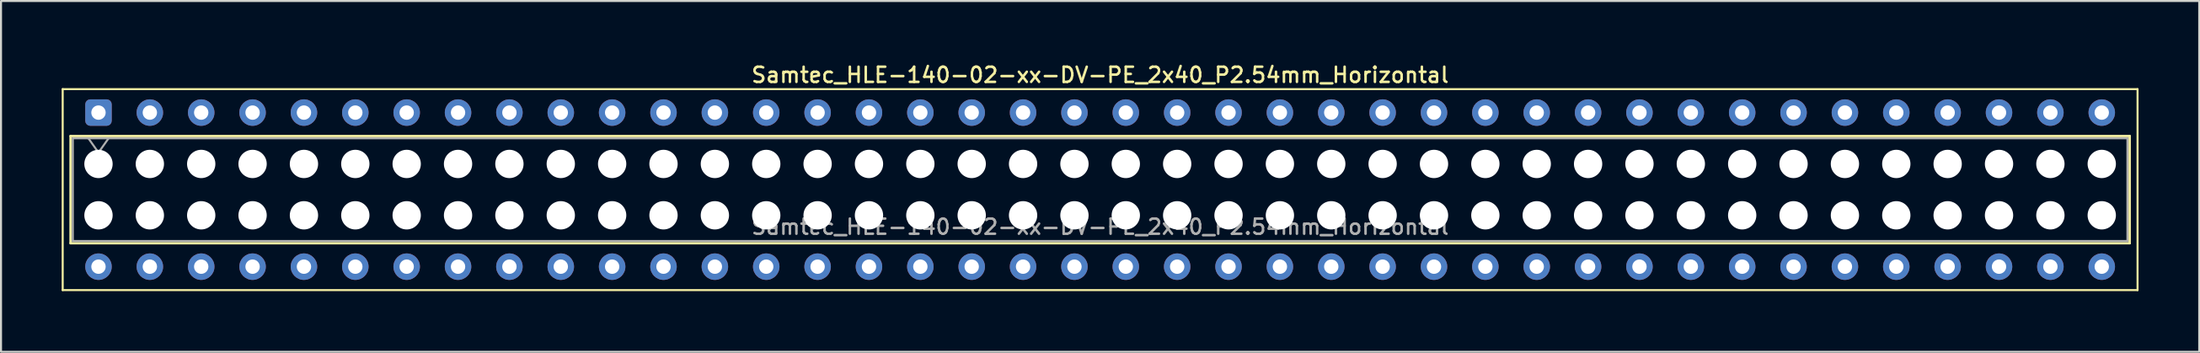
<source format=kicad_pcb>
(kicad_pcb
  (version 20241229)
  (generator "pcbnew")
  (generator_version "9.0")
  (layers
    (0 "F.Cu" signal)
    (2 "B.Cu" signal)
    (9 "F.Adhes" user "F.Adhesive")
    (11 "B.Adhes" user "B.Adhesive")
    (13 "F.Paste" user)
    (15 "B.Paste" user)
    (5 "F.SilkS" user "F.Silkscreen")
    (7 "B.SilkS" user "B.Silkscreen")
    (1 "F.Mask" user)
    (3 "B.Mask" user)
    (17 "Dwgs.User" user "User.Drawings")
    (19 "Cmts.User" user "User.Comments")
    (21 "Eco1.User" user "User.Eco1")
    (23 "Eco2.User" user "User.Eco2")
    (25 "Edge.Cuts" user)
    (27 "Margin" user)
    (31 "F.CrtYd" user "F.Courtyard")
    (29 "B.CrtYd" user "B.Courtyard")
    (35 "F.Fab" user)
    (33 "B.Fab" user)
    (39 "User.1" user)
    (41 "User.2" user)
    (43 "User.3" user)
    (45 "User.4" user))
  (footprint "Samtec_HLE-140-02-xx-DV-PE_2x40_P2.54mm_Horizontal"
    (layer "F.Cu")
    (at 1.82 2.518)
    (property "Reference" "Samtec_HLE-140-02-xx-DV-PE_2x40_P2.54mm_Horizontal" (at 49.53 -1.86 0) (layer "F.SilkS") (effects (font (size 0.75 0.75) (thickness 0.125))))
    (attr through_hole)
    (fp_line (start -1.77 -1.16) (end 100.83 -1.16) (stroke (width 0.1) (type solid)) (layer "F.SilkS"))
    (fp_line (start -1.77 8.78) (end -1.77 -1.16) (stroke (width 0.1) (type solid)) (layer "F.SilkS"))
    (fp_line (start -1.38 1.16) (end 100.44 1.16) (stroke (width 0.12) (type solid)) (layer "F.SilkS"))
    (fp_line (start -1.38 6.46) (end -1.38 1.16) (stroke (width 0.12) (type solid)) (layer "F.SilkS"))
    (fp_line (start 100.44 1.16) (end 100.44 6.46) (stroke (width 0.12) (type solid)) (layer "F.SilkS"))
    (fp_line (start 100.44 6.46) (end -1.38 6.46) (stroke (width 0.12) (type solid)) (layer "F.SilkS"))
    (fp_line (start 100.83 -1.16) (end 100.83 8.78) (stroke (width 0.1) (type solid)) (layer "F.SilkS"))
    (fp_line (start 100.83 8.78) (end -1.77 8.78) (stroke (width 0.1) (type solid)) (layer "F.SilkS"))
    (fp_line (start -1.27 1.27) (end 100.33 1.27) (stroke (width 0.1) (type solid)) (layer "F.Fab"))
    (fp_line (start -1.27 6.35) (end -1.27 1.27) (stroke (width 0.1) (type solid)) (layer "F.Fab"))
    (fp_line (start -0.5 1.27) (end 0 1.977) (stroke (width 0.1) (type solid)) (layer "F.Fab"))
    (fp_line (start 0 1.977) (end 0.5 1.27) (stroke (width 0.1) (type solid)) (layer "F.Fab"))
    (fp_line (start 100.33 1.27) (end 100.33 6.35) (stroke (width 0.1) (type solid)) (layer "F.Fab"))
    (fp_line (start 100.33 6.35) (end -1.27 6.35) (stroke (width 0.1) (type solid)) (layer "F.Fab"))
    (fp_text user "${REFERENCE}" (at 49.53 5.65 0) (layer "F.Fab") (effects (font (size 0.75 0.75) (thickness 0.125))))
    (pad "" np_thru_hole circle (at 0 2.54) (size 1.4 1.4) (drill 1.4) (layers "*.Cu" "*.Mask"))
    (pad "" np_thru_hole circle (at 0 5.08) (size 1.4 1.4) (drill 1.4) (layers "*.Cu" "*.Mask"))
    (pad "" np_thru_hole circle (at 2.54 2.54) (size 1.4 1.4) (drill 1.4) (layers "*.Cu" "*.Mask"))
    (pad "" np_thru_hole circle (at 2.54 5.08) (size 1.4 1.4) (drill 1.4) (layers "*.Cu" "*.Mask"))
    (pad "" np_thru_hole circle (at 5.08 2.54) (size 1.4 1.4) (drill 1.4) (layers "*.Cu" "*.Mask"))
    (pad "" np_thru_hole circle (at 5.08 5.08) (size 1.4 1.4) (drill 1.4) (layers "*.Cu" "*.Mask"))
    (pad "" np_thru_hole circle (at 7.62 2.54) (size 1.4 1.4) (drill 1.4) (layers "*.Cu" "*.Mask"))
    (pad "" np_thru_hole circle (at 7.62 5.08) (size 1.4 1.4) (drill 1.4) (layers "*.Cu" "*.Mask"))
    (pad "" np_thru_hole circle (at 10.16 2.54) (size 1.4 1.4) (drill 1.4) (layers "*.Cu" "*.Mask"))
    (pad "" np_thru_hole circle (at 10.16 5.08) (size 1.4 1.4) (drill 1.4) (layers "*.Cu" "*.Mask"))
    (pad "" np_thru_hole circle (at 12.7 2.54) (size 1.4 1.4) (drill 1.4) (layers "*.Cu" "*.Mask"))
    (pad "" np_thru_hole circle (at 12.7 5.08) (size 1.4 1.4) (drill 1.4) (layers "*.Cu" "*.Mask"))
    (pad "" np_thru_hole circle (at 15.24 2.54) (size 1.4 1.4) (drill 1.4) (layers "*.Cu" "*.Mask"))
    (pad "" np_thru_hole circle (at 15.24 5.08) (size 1.4 1.4) (drill 1.4) (layers "*.Cu" "*.Mask"))
    (pad "" np_thru_hole circle (at 17.78 2.54) (size 1.4 1.4) (drill 1.4) (layers "*.Cu" "*.Mask"))
    (pad "" np_thru_hole circle (at 17.78 5.08) (size 1.4 1.4) (drill 1.4) (layers "*.Cu" "*.Mask"))
    (pad "" np_thru_hole circle (at 20.32 2.54) (size 1.4 1.4) (drill 1.4) (layers "*.Cu" "*.Mask"))
    (pad "" np_thru_hole circle (at 20.32 5.08) (size 1.4 1.4) (drill 1.4) (layers "*.Cu" "*.Mask"))
    (pad "" np_thru_hole circle (at 22.86 2.54) (size 1.4 1.4) (drill 1.4) (layers "*.Cu" "*.Mask"))
    (pad "" np_thru_hole circle (at 22.86 5.08) (size 1.4 1.4) (drill 1.4) (layers "*.Cu" "*.Mask"))
    (pad "" np_thru_hole circle (at 25.4 2.54) (size 1.4 1.4) (drill 1.4) (layers "*.Cu" "*.Mask"))
    (pad "" np_thru_hole circle (at 25.4 5.08) (size 1.4 1.4) (drill 1.4) (layers "*.Cu" "*.Mask"))
    (pad "" np_thru_hole circle (at 27.94 2.54) (size 1.4 1.4) (drill 1.4) (layers "*.Cu" "*.Mask"))
    (pad "" np_thru_hole circle (at 27.94 5.08) (size 1.4 1.4) (drill 1.4) (layers "*.Cu" "*.Mask"))
    (pad "" np_thru_hole circle (at 30.48 2.54) (size 1.4 1.4) (drill 1.4) (layers "*.Cu" "*.Mask"))
    (pad "" np_thru_hole circle (at 30.48 5.08) (size 1.4 1.4) (drill 1.4) (layers "*.Cu" "*.Mask"))
    (pad "" np_thru_hole circle (at 33.02 2.54) (size 1.4 1.4) (drill 1.4) (layers "*.Cu" "*.Mask"))
    (pad "" np_thru_hole circle (at 33.02 5.08) (size 1.4 1.4) (drill 1.4) (layers "*.Cu" "*.Mask"))
    (pad "" np_thru_hole circle (at 35.56 2.54) (size 1.4 1.4) (drill 1.4) (layers "*.Cu" "*.Mask"))
    (pad "" np_thru_hole circle (at 35.56 5.08) (size 1.4 1.4) (drill 1.4) (layers "*.Cu" "*.Mask"))
    (pad "" np_thru_hole circle (at 38.1 2.54) (size 1.4 1.4) (drill 1.4) (layers "*.Cu" "*.Mask"))
    (pad "" np_thru_hole circle (at 38.1 5.08) (size 1.4 1.4) (drill 1.4) (layers "*.Cu" "*.Mask"))
    (pad "" np_thru_hole circle (at 40.64 2.54) (size 1.4 1.4) (drill 1.4) (layers "*.Cu" "*.Mask"))
    (pad "" np_thru_hole circle (at 40.64 5.08) (size 1.4 1.4) (drill 1.4) (layers "*.Cu" "*.Mask"))
    (pad "" np_thru_hole circle (at 43.18 2.54) (size 1.4 1.4) (drill 1.4) (layers "*.Cu" "*.Mask"))
    (pad "" np_thru_hole circle (at 43.18 5.08) (size 1.4 1.4) (drill 1.4) (layers "*.Cu" "*.Mask"))
    (pad "" np_thru_hole circle (at 45.72 2.54) (size 1.4 1.4) (drill 1.4) (layers "*.Cu" "*.Mask"))
    (pad "" np_thru_hole circle (at 45.72 5.08) (size 1.4 1.4) (drill 1.4) (layers "*.Cu" "*.Mask"))
    (pad "" np_thru_hole circle (at 48.26 2.54) (size 1.4 1.4) (drill 1.4) (layers "*.Cu" "*.Mask"))
    (pad "" np_thru_hole circle (at 48.26 5.08) (size 1.4 1.4) (drill 1.4) (layers "*.Cu" "*.Mask"))
    (pad "" np_thru_hole circle (at 50.8 2.54) (size 1.4 1.4) (drill 1.4) (layers "*.Cu" "*.Mask"))
    (pad "" np_thru_hole circle (at 50.8 5.08) (size 1.4 1.4) (drill 1.4) (layers "*.Cu" "*.Mask"))
    (pad "" np_thru_hole circle (at 53.34 2.54) (size 1.4 1.4) (drill 1.4) (layers "*.Cu" "*.Mask"))
    (pad "" np_thru_hole circle (at 53.34 5.08) (size 1.4 1.4) (drill 1.4) (layers "*.Cu" "*.Mask"))
    (pad "" np_thru_hole circle (at 55.88 2.54) (size 1.4 1.4) (drill 1.4) (layers "*.Cu" "*.Mask"))
    (pad "" np_thru_hole circle (at 55.88 5.08) (size 1.4 1.4) (drill 1.4) (layers "*.Cu" "*.Mask"))
    (pad "" np_thru_hole circle (at 58.42 2.54) (size 1.4 1.4) (drill 1.4) (layers "*.Cu" "*.Mask"))
    (pad "" np_thru_hole circle (at 58.42 5.08) (size 1.4 1.4) (drill 1.4) (layers "*.Cu" "*.Mask"))
    (pad "" np_thru_hole circle (at 60.96 2.54) (size 1.4 1.4) (drill 1.4) (layers "*.Cu" "*.Mask"))
    (pad "" np_thru_hole circle (at 60.96 5.08) (size 1.4 1.4) (drill 1.4) (layers "*.Cu" "*.Mask"))
    (pad "" np_thru_hole circle (at 63.5 2.54) (size 1.4 1.4) (drill 1.4) (layers "*.Cu" "*.Mask"))
    (pad "" np_thru_hole circle (at 63.5 5.08) (size 1.4 1.4) (drill 1.4) (layers "*.Cu" "*.Mask"))
    (pad "" np_thru_hole circle (at 66.04 2.54) (size 1.4 1.4) (drill 1.4) (layers "*.Cu" "*.Mask"))
    (pad "" np_thru_hole circle (at 66.04 5.08) (size 1.4 1.4) (drill 1.4) (layers "*.Cu" "*.Mask"))
    (pad "" np_thru_hole circle (at 68.58 2.54) (size 1.4 1.4) (drill 1.4) (layers "*.Cu" "*.Mask"))
    (pad "" np_thru_hole circle (at 68.58 5.08) (size 1.4 1.4) (drill 1.4) (layers "*.Cu" "*.Mask"))
    (pad "" np_thru_hole circle (at 71.12 2.54) (size 1.4 1.4) (drill 1.4) (layers "*.Cu" "*.Mask"))
    (pad "" np_thru_hole circle (at 71.12 5.08) (size 1.4 1.4) (drill 1.4) (layers "*.Cu" "*.Mask"))
    (pad "" np_thru_hole circle (at 73.66 2.54) (size 1.4 1.4) (drill 1.4) (layers "*.Cu" "*.Mask"))
    (pad "" np_thru_hole circle (at 73.66 5.08) (size 1.4 1.4) (drill 1.4) (layers "*.Cu" "*.Mask"))
    (pad "" np_thru_hole circle (at 76.2 2.54) (size 1.4 1.4) (drill 1.4) (layers "*.Cu" "*.Mask"))
    (pad "" np_thru_hole circle (at 76.2 5.08) (size 1.4 1.4) (drill 1.4) (layers "*.Cu" "*.Mask"))
    (pad "" np_thru_hole circle (at 78.74 2.54) (size 1.4 1.4) (drill 1.4) (layers "*.Cu" "*.Mask"))
    (pad "" np_thru_hole circle (at 78.74 5.08) (size 1.4 1.4) (drill 1.4) (layers "*.Cu" "*.Mask"))
    (pad "" np_thru_hole circle (at 81.28 2.54) (size 1.4 1.4) (drill 1.4) (layers "*.Cu" "*.Mask"))
    (pad "" np_thru_hole circle (at 81.28 5.08) (size 1.4 1.4) (drill 1.4) (layers "*.Cu" "*.Mask"))
    (pad "" np_thru_hole circle (at 83.82 2.54) (size 1.4 1.4) (drill 1.4) (layers "*.Cu" "*.Mask"))
    (pad "" np_thru_hole circle (at 83.82 5.08) (size 1.4 1.4) (drill 1.4) (layers "*.Cu" "*.Mask"))
    (pad "" np_thru_hole circle (at 86.36 2.54) (size 1.4 1.4) (drill 1.4) (layers "*.Cu" "*.Mask"))
    (pad "" np_thru_hole circle (at 86.36 5.08) (size 1.4 1.4) (drill 1.4) (layers "*.Cu" "*.Mask"))
    (pad "" np_thru_hole circle (at 88.9 2.54) (size 1.4 1.4) (drill 1.4) (layers "*.Cu" "*.Mask"))
    (pad "" np_thru_hole circle (at 88.9 5.08) (size 1.4 1.4) (drill 1.4) (layers "*.Cu" "*.Mask"))
    (pad "" np_thru_hole circle (at 91.44 2.54) (size 1.4 1.4) (drill 1.4) (layers "*.Cu" "*.Mask"))
    (pad "" np_thru_hole circle (at 91.44 5.08) (size 1.4 1.4) (drill 1.4) (layers "*.Cu" "*.Mask"))
    (pad "" np_thru_hole circle (at 93.98 2.54) (size 1.4 1.4) (drill 1.4) (layers "*.Cu" "*.Mask"))
    (pad "" np_thru_hole circle (at 93.98 5.08) (size 1.4 1.4) (drill 1.4) (layers "*.Cu" "*.Mask"))
    (pad "" np_thru_hole circle (at 96.52 2.54) (size 1.4 1.4) (drill 1.4) (layers "*.Cu" "*.Mask"))
    (pad "" np_thru_hole circle (at 96.52 5.08) (size 1.4 1.4) (drill 1.4) (layers "*.Cu" "*.Mask"))
    (pad "" np_thru_hole circle (at 99.06 2.54) (size 1.4 1.4) (drill 1.4) (layers "*.Cu" "*.Mask"))
    (pad "" np_thru_hole circle (at 99.06 5.08) (size 1.4 1.4) (drill 1.4) (layers "*.Cu" "*.Mask"))
    (pad "1" thru_hole roundrect (at 0 0) (size 1.31 1.31) (drill 0.71) (layers "*.Cu" "*.Mask") (roundrect_rratio 0.191))
    (pad "2" thru_hole circle (at 0 7.62) (size 1.31 1.31) (drill 0.71) (layers "*.Cu" "*.Mask"))
    (pad "3" thru_hole circle (at 2.54 0) (size 1.31 1.31) (drill 0.71) (layers "*.Cu" "*.Mask"))
    (pad "4" thru_hole circle (at 2.54 7.62) (size 1.31 1.31) (drill 0.71) (layers "*.Cu" "*.Mask"))
    (pad "5" thru_hole circle (at 5.08 0) (size 1.31 1.31) (drill 0.71) (layers "*.Cu" "*.Mask"))
    (pad "6" thru_hole circle (at 5.08 7.62) (size 1.31 1.31) (drill 0.71) (layers "*.Cu" "*.Mask"))
    (pad "7" thru_hole circle (at 7.62 0) (size 1.31 1.31) (drill 0.71) (layers "*.Cu" "*.Mask"))
    (pad "8" thru_hole circle (at 7.62 7.62) (size 1.31 1.31) (drill 0.71) (layers "*.Cu" "*.Mask"))
    (pad "9" thru_hole circle (at 10.16 0) (size 1.31 1.31) (drill 0.71) (layers "*.Cu" "*.Mask"))
    (pad "10" thru_hole circle (at 10.16 7.62) (size 1.31 1.31) (drill 0.71) (layers "*.Cu" "*.Mask"))
    (pad "11" thru_hole circle (at 12.7 0) (size 1.31 1.31) (drill 0.71) (layers "*.Cu" "*.Mask"))
    (pad "12" thru_hole circle (at 12.7 7.62) (size 1.31 1.31) (drill 0.71) (layers "*.Cu" "*.Mask"))
    (pad "13" thru_hole circle (at 15.24 0) (size 1.31 1.31) (drill 0.71) (layers "*.Cu" "*.Mask"))
    (pad "14" thru_hole circle (at 15.24 7.62) (size 1.31 1.31) (drill 0.71) (layers "*.Cu" "*.Mask"))
    (pad "15" thru_hole circle (at 17.78 0) (size 1.31 1.31) (drill 0.71) (layers "*.Cu" "*.Mask"))
    (pad "16" thru_hole circle (at 17.78 7.62) (size 1.31 1.31) (drill 0.71) (layers "*.Cu" "*.Mask"))
    (pad "17" thru_hole circle (at 20.32 0) (size 1.31 1.31) (drill 0.71) (layers "*.Cu" "*.Mask"))
    (pad "18" thru_hole circle (at 20.32 7.62) (size 1.31 1.31) (drill 0.71) (layers "*.Cu" "*.Mask"))
    (pad "19" thru_hole circle (at 22.86 0) (size 1.31 1.31) (drill 0.71) (layers "*.Cu" "*.Mask"))
    (pad "20" thru_hole circle (at 22.86 7.62) (size 1.31 1.31) (drill 0.71) (layers "*.Cu" "*.Mask"))
    (pad "21" thru_hole circle (at 25.4 0) (size 1.31 1.31) (drill 0.71) (layers "*.Cu" "*.Mask"))
    (pad "22" thru_hole circle (at 25.4 7.62) (size 1.31 1.31) (drill 0.71) (layers "*.Cu" "*.Mask"))
    (pad "23" thru_hole circle (at 27.94 0) (size 1.31 1.31) (drill 0.71) (layers "*.Cu" "*.Mask"))
    (pad "24" thru_hole circle (at 27.94 7.62) (size 1.31 1.31) (drill 0.71) (layers "*.Cu" "*.Mask"))
    (pad "25" thru_hole circle (at 30.48 0) (size 1.31 1.31) (drill 0.71) (layers "*.Cu" "*.Mask"))
    (pad "26" thru_hole circle (at 30.48 7.62) (size 1.31 1.31) (drill 0.71) (layers "*.Cu" "*.Mask"))
    (pad "27" thru_hole circle (at 33.02 0) (size 1.31 1.31) (drill 0.71) (layers "*.Cu" "*.Mask"))
    (pad "28" thru_hole circle (at 33.02 7.62) (size 1.31 1.31) (drill 0.71) (layers "*.Cu" "*.Mask"))
    (pad "29" thru_hole circle (at 35.56 0) (size 1.31 1.31) (drill 0.71) (layers "*.Cu" "*.Mask"))
    (pad "30" thru_hole circle (at 35.56 7.62) (size 1.31 1.31) (drill 0.71) (layers "*.Cu" "*.Mask"))
    (pad "31" thru_hole circle (at 38.1 0) (size 1.31 1.31) (drill 0.71) (layers "*.Cu" "*.Mask"))
    (pad "32" thru_hole circle (at 38.1 7.62) (size 1.31 1.31) (drill 0.71) (layers "*.Cu" "*.Mask"))
    (pad "33" thru_hole circle (at 40.64 0) (size 1.31 1.31) (drill 0.71) (layers "*.Cu" "*.Mask"))
    (pad "34" thru_hole circle (at 40.64 7.62) (size 1.31 1.31) (drill 0.71) (layers "*.Cu" "*.Mask"))
    (pad "35" thru_hole circle (at 43.18 0) (size 1.31 1.31) (drill 0.71) (layers "*.Cu" "*.Mask"))
    (pad "36" thru_hole circle (at 43.18 7.62) (size 1.31 1.31) (drill 0.71) (layers "*.Cu" "*.Mask"))
    (pad "37" thru_hole circle (at 45.72 0) (size 1.31 1.31) (drill 0.71) (layers "*.Cu" "*.Mask"))
    (pad "38" thru_hole circle (at 45.72 7.62) (size 1.31 1.31) (drill 0.71) (layers "*.Cu" "*.Mask"))
    (pad "39" thru_hole circle (at 48.26 0) (size 1.31 1.31) (drill 0.71) (layers "*.Cu" "*.Mask"))
    (pad "40" thru_hole circle (at 48.26 7.62) (size 1.31 1.31) (drill 0.71) (layers "*.Cu" "*.Mask"))
    (pad "41" thru_hole circle (at 50.8 0) (size 1.31 1.31) (drill 0.71) (layers "*.Cu" "*.Mask"))
    (pad "42" thru_hole circle (at 50.8 7.62) (size 1.31 1.31) (drill 0.71) (layers "*.Cu" "*.Mask"))
    (pad "43" thru_hole circle (at 53.34 0) (size 1.31 1.31) (drill 0.71) (layers "*.Cu" "*.Mask"))
    (pad "44" thru_hole circle (at 53.34 7.62) (size 1.31 1.31) (drill 0.71) (layers "*.Cu" "*.Mask"))
    (pad "45" thru_hole circle (at 55.88 0) (size 1.31 1.31) (drill 0.71) (layers "*.Cu" "*.Mask"))
    (pad "46" thru_hole circle (at 55.88 7.62) (size 1.31 1.31) (drill 0.71) (layers "*.Cu" "*.Mask"))
    (pad "47" thru_hole circle (at 58.42 0) (size 1.31 1.31) (drill 0.71) (layers "*.Cu" "*.Mask"))
    (pad "48" thru_hole circle (at 58.42 7.62) (size 1.31 1.31) (drill 0.71) (layers "*.Cu" "*.Mask"))
    (pad "49" thru_hole circle (at 60.96 0) (size 1.31 1.31) (drill 0.71) (layers "*.Cu" "*.Mask"))
    (pad "50" thru_hole circle (at 60.96 7.62) (size 1.31 1.31) (drill 0.71) (layers "*.Cu" "*.Mask"))
    (pad "51" thru_hole circle (at 63.5 0) (size 1.31 1.31) (drill 0.71) (layers "*.Cu" "*.Mask"))
    (pad "52" thru_hole circle (at 63.5 7.62) (size 1.31 1.31) (drill 0.71) (layers "*.Cu" "*.Mask"))
    (pad "53" thru_hole circle (at 66.04 0) (size 1.31 1.31) (drill 0.71) (layers "*.Cu" "*.Mask"))
    (pad "54" thru_hole circle (at 66.04 7.62) (size 1.31 1.31) (drill 0.71) (layers "*.Cu" "*.Mask"))
    (pad "55" thru_hole circle (at 68.58 0) (size 1.31 1.31) (drill 0.71) (layers "*.Cu" "*.Mask"))
    (pad "56" thru_hole circle (at 68.58 7.62) (size 1.31 1.31) (drill 0.71) (layers "*.Cu" "*.Mask"))
    (pad "57" thru_hole circle (at 71.12 0) (size 1.31 1.31) (drill 0.71) (layers "*.Cu" "*.Mask"))
    (pad "58" thru_hole circle (at 71.12 7.62) (size 1.31 1.31) (drill 0.71) (layers "*.Cu" "*.Mask"))
    (pad "59" thru_hole circle (at 73.66 0) (size 1.31 1.31) (drill 0.71) (layers "*.Cu" "*.Mask"))
    (pad "60" thru_hole circle (at 73.66 7.62) (size 1.31 1.31) (drill 0.71) (layers "*.Cu" "*.Mask"))
    (pad "61" thru_hole circle (at 76.2 0) (size 1.31 1.31) (drill 0.71) (layers "*.Cu" "*.Mask"))
    (pad "62" thru_hole circle (at 76.2 7.62) (size 1.31 1.31) (drill 0.71) (layers "*.Cu" "*.Mask"))
    (pad "63" thru_hole circle (at 78.74 0) (size 1.31 1.31) (drill 0.71) (layers "*.Cu" "*.Mask"))
    (pad "64" thru_hole circle (at 78.74 7.62) (size 1.31 1.31) (drill 0.71) (layers "*.Cu" "*.Mask"))
    (pad "65" thru_hole circle (at 81.28 0) (size 1.31 1.31) (drill 0.71) (layers "*.Cu" "*.Mask"))
    (pad "66" thru_hole circle (at 81.28 7.62) (size 1.31 1.31) (drill 0.71) (layers "*.Cu" "*.Mask"))
    (pad "67" thru_hole circle (at 83.82 0) (size 1.31 1.31) (drill 0.71) (layers "*.Cu" "*.Mask"))
    (pad "68" thru_hole circle (at 83.82 7.62) (size 1.31 1.31) (drill 0.71) (layers "*.Cu" "*.Mask"))
    (pad "69" thru_hole circle (at 86.36 0) (size 1.31 1.31) (drill 0.71) (layers "*.Cu" "*.Mask"))
    (pad "70" thru_hole circle (at 86.36 7.62) (size 1.31 1.31) (drill 0.71) (layers "*.Cu" "*.Mask"))
    (pad "71" thru_hole circle (at 88.9 0) (size 1.31 1.31) (drill 0.71) (layers "*.Cu" "*.Mask"))
    (pad "72" thru_hole circle (at 88.9 7.62) (size 1.31 1.31) (drill 0.71) (layers "*.Cu" "*.Mask"))
    (pad "73" thru_hole circle (at 91.44 0) (size 1.31 1.31) (drill 0.71) (layers "*.Cu" "*.Mask"))
    (pad "74" thru_hole circle (at 91.44 7.62) (size 1.31 1.31) (drill 0.71) (layers "*.Cu" "*.Mask"))
    (pad "75" thru_hole circle (at 93.98 0) (size 1.31 1.31) (drill 0.71) (layers "*.Cu" "*.Mask"))
    (pad "76" thru_hole circle (at 93.98 7.62) (size 1.31 1.31) (drill 0.71) (layers "*.Cu" "*.Mask"))
    (pad "77" thru_hole circle (at 96.52 0) (size 1.31 1.31) (drill 0.71) (layers "*.Cu" "*.Mask"))
    (pad "78" thru_hole circle (at 96.52 7.62) (size 1.31 1.31) (drill 0.71) (layers "*.Cu" "*.Mask"))
    (pad "79" thru_hole circle (at 99.06 0) (size 1.31 1.31) (drill 0.71) (layers "*.Cu" "*.Mask"))
    (pad "80" thru_hole circle (at 99.06 7.62) (size 1.31 1.31) (drill 0.71) (layers "*.Cu" "*.Mask")))
  (gr_rect
    (start -3 -3)
    (end 105.7 14.348)
    (stroke (width 0.1) (type default))
    (fill no)
    (layer "Edge.Cuts")))
</source>
